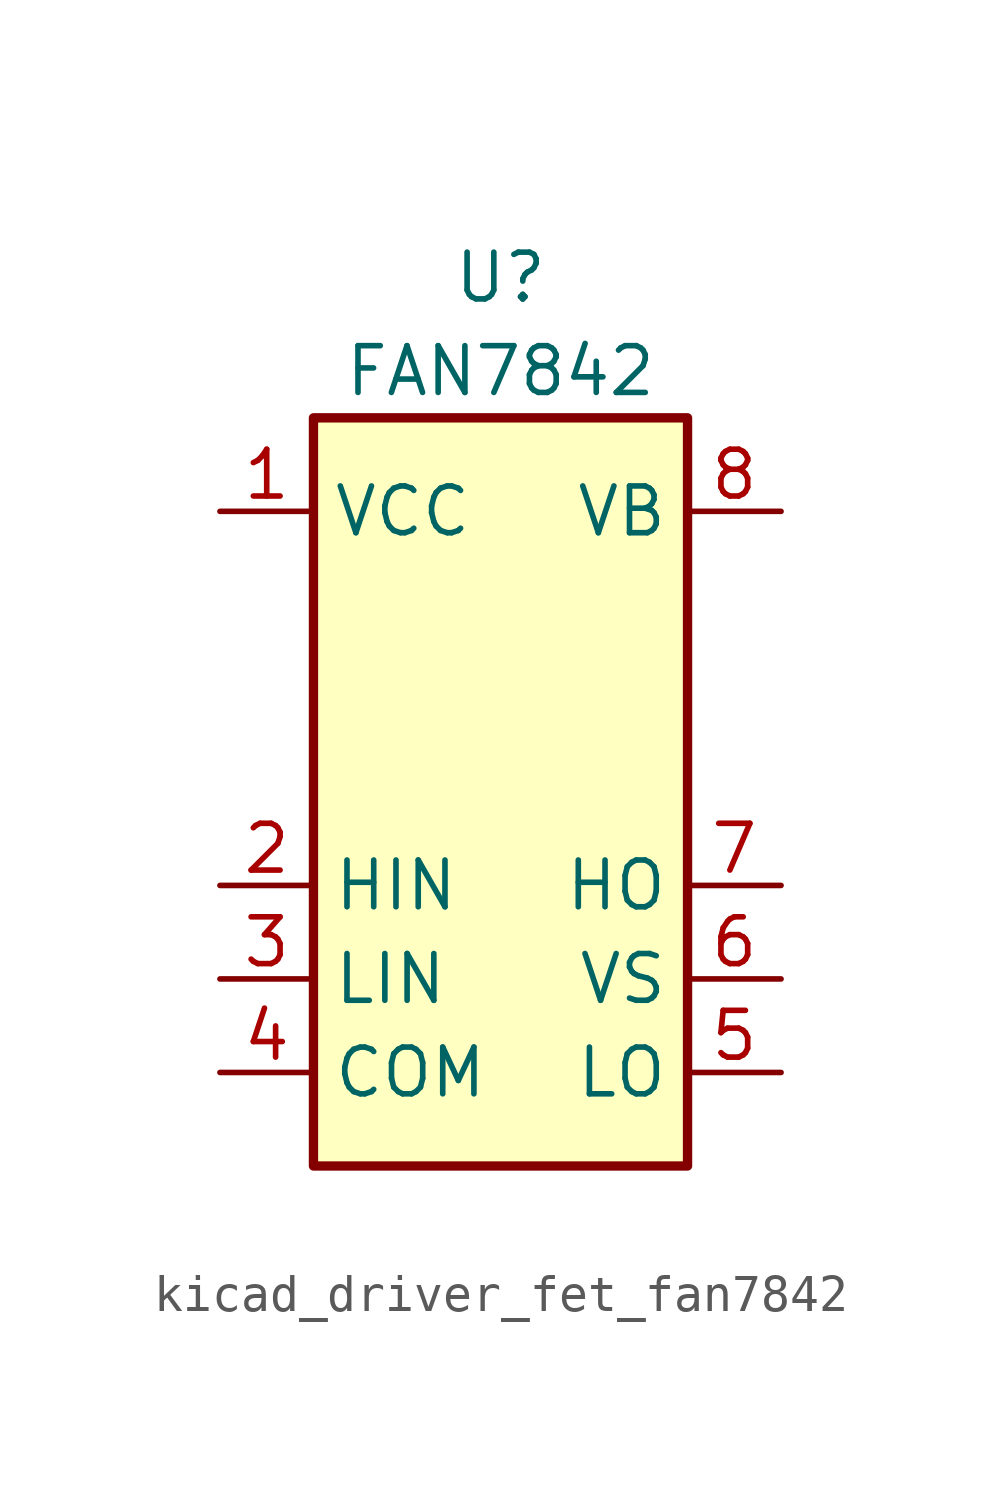
<source format=kicad_sym>
(kicad_symbol_lib
  (version 20220914)
  (generator kicad_symbol_editor)
  (symbol "kicad_driver_fet_fan7842"
    (property "Reference" "U"
      (at 0 13.97 0)
      (effects (font (size 1.27 1.27))))
    (property "Value" "FAN7842"
      (at 0 11.43 0)
      (effects (font (size 1.27 1.27))))
    (symbol "kicad_driver_fet_fan7842_0_1"
      (rectangle (start -5.08 10.16) (end 5.08 -10.16) (stroke (width 0.254) (type default)) (fill (type background))))
    (symbol "kicad_driver_fet_fan7842_1_1"
      (pin power_in line (at -7.62 7.62 0) (length 2.54) (name "VCC" (effects (font (size 1.27 1.27)))) (number "1" (effects (font (size 1.27 1.27)))))
      (pin input line (at -7.62 -2.54 0) (length 2.54) (name "HIN" (effects (font (size 1.27 1.27)))) (number "2" (effects (font (size 1.27 1.27)))))
      (pin input line (at -7.62 -5.08 0) (length 2.54) (name "LIN" (effects (font (size 1.27 1.27)))) (number "3" (effects (font (size 1.27 1.27)))))
      (pin power_in line (at -7.62 -7.62 0) (length 2.54) (name "COM" (effects (font (size 1.27 1.27)))) (number "4" (effects (font (size 1.27 1.27)))))
      (pin output line (at 7.62 -7.62 180) (length 2.54) (name "LO" (effects (font (size 1.27 1.27)))) (number "5" (effects (font (size 1.27 1.27)))))
      (pin passive line (at 7.62 -5.08 180) (length 2.54) (name "VS" (effects (font (size 1.27 1.27)))) (number "6" (effects (font (size 1.27 1.27)))))
      (pin output line (at 7.62 -2.54 180) (length 2.54) (name "HO" (effects (font (size 1.27 1.27)))) (number "7" (effects (font (size 1.27 1.27)))))
      (pin passive line (at 7.62 7.62 180) (length 2.54) (name "VB" (effects (font (size 1.27 1.27)))) (number "8" (effects (font (size 1.27 1.27))))))))
</source>
